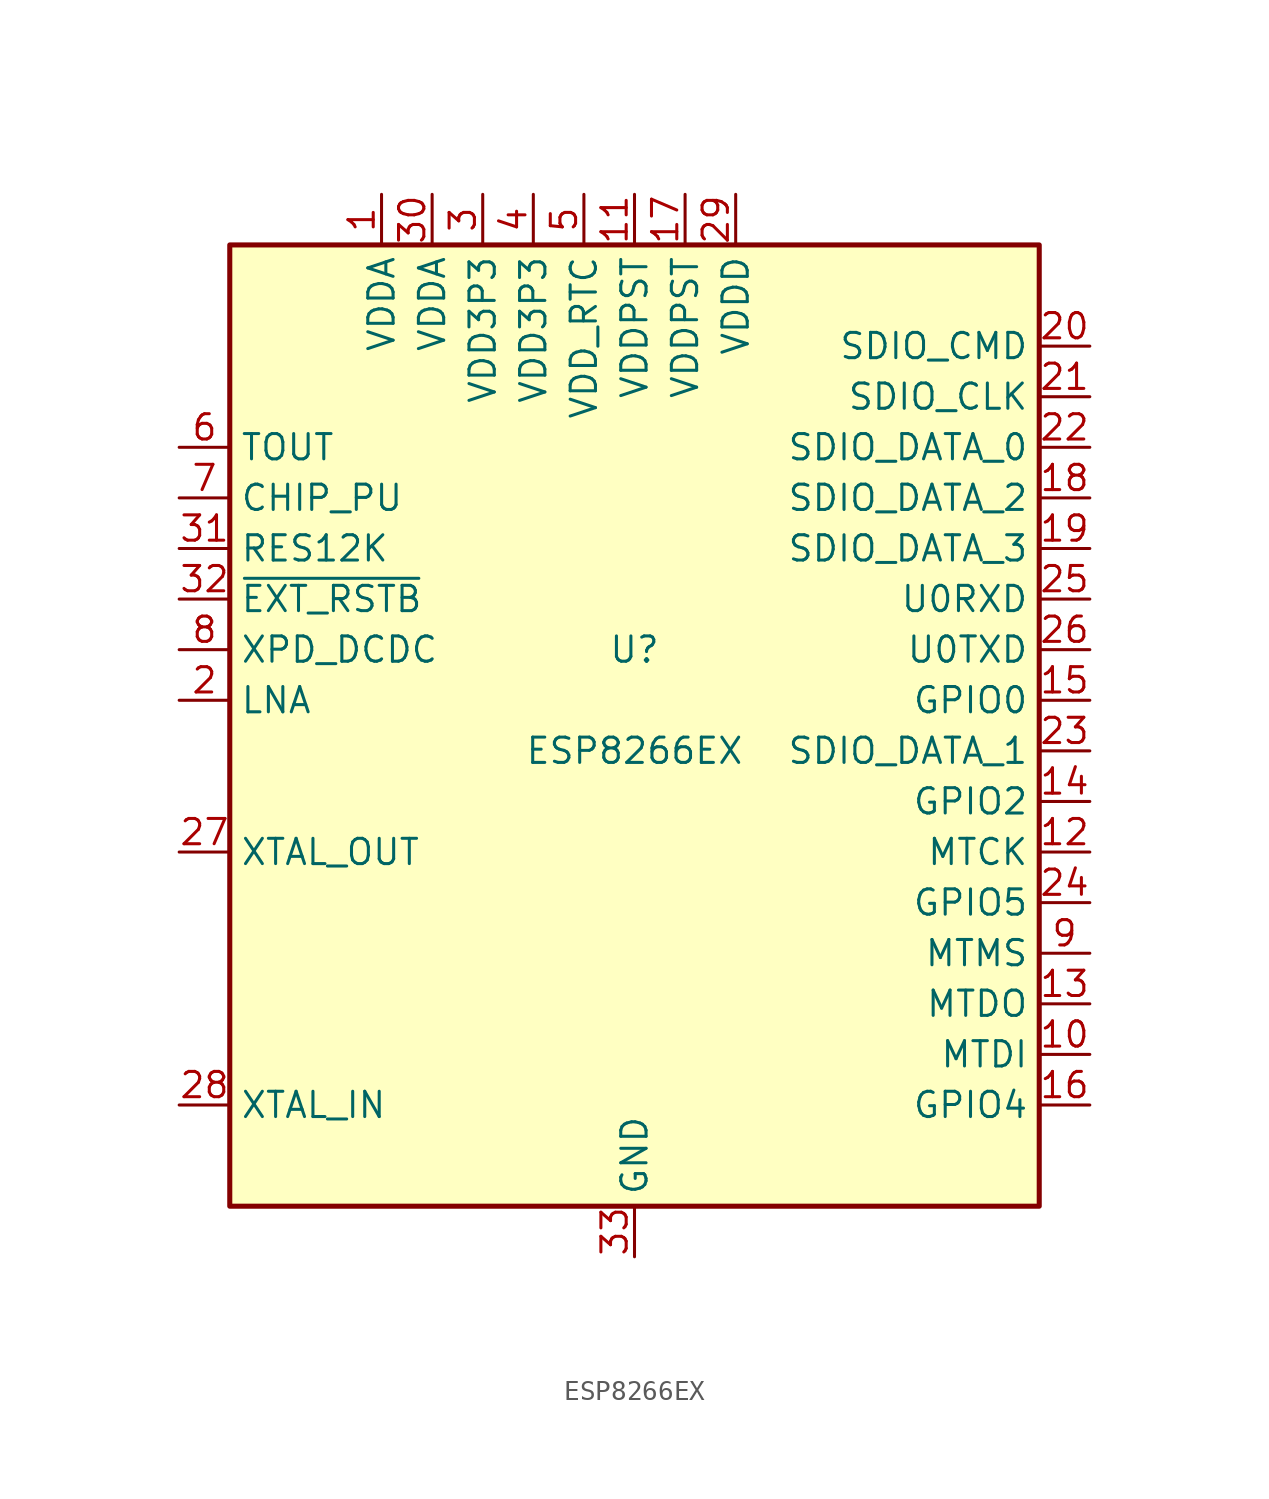
<source format=kicad_sym>
(kicad_symbol_lib
  (version 20200126)
  (host kicad_symbol_editor "(5.99.0-1949-ge2b384e54)")
  (symbol "MCU_Espressif:ESP8266EX"
    (pin_names
      (offset 0.508))
    (property "Reference" "U"
      (at 0 2.54 0)
      (effects (font (size 1.27 1.27))))
    (property "Value" "ESP8266EX"
      (at 0 -2.54 0)
      (effects (font (size 1.27 1.27))))
    (symbol "ESP8266EX_0_1"
      (rectangle (start -20.32 22.86) (end 20.32 -25.4) (stroke (width 0.254)) (fill (type background))))
    (symbol "ESP8266EX_1_1"
      (pin power_in line (at -12.7 25.4 270) (length 2.54) (name "VDDA" (effects (font (size 1.27 1.27)))) (number "1" (effects (font (size 1.27 1.27)))))
      (pin bidirectional line (at 22.86 -17.78 180) (length 2.54) (name "MTDI" (effects (font (size 1.27 1.27)))) (number "10" (effects (font (size 1.27 1.27)))))
      (pin power_in line (at 0 25.4 270) (length 2.54) (name "VDDPST" (effects (font (size 1.27 1.27)))) (number "11" (effects (font (size 1.27 1.27)))))
      (pin bidirectional line (at 22.86 -7.62 180) (length 2.54) (name "MTCK" (effects (font (size 1.27 1.27)))) (number "12" (effects (font (size 1.27 1.27)))))
      (pin bidirectional line (at 22.86 -15.24 180) (length 2.54) (name "MTDO" (effects (font (size 1.27 1.27)))) (number "13" (effects (font (size 1.27 1.27)))))
      (pin bidirectional line (at 22.86 -5.08 180) (length 2.54) (name "GPIO2" (effects (font (size 1.27 1.27)))) (number "14" (effects (font (size 1.27 1.27)))))
      (pin bidirectional line (at 22.86 0 180) (length 2.54) (name "GPIO0" (effects (font (size 1.27 1.27)))) (number "15" (effects (font (size 1.27 1.27)))))
      (pin bidirectional line (at 22.86 -20.32 180) (length 2.54) (name "GPIO4" (effects (font (size 1.27 1.27)))) (number "16" (effects (font (size 1.27 1.27)))))
      (pin power_in line (at 2.54 25.4 270) (length 2.54) (name "VDDPST" (effects (font (size 1.27 1.27)))) (number "17" (effects (font (size 1.27 1.27)))))
      (pin bidirectional line (at 22.86 10.16 180) (length 2.54) (name "SDIO_DATA_2" (effects (font (size 1.27 1.27)))) (number "18" (effects (font (size 1.27 1.27)))))
      (pin bidirectional line (at 22.86 7.62 180) (length 2.54) (name "SDIO_DATA_3" (effects (font (size 1.27 1.27)))) (number "19" (effects (font (size 1.27 1.27)))))
      (pin bidirectional line (at -22.86 0 0) (length 2.54) (name "LNA" (effects (font (size 1.27 1.27)))) (number "2" (effects (font (size 1.27 1.27)))))
      (pin bidirectional line (at 22.86 17.78 180) (length 2.54) (name "SDIO_CMD" (effects (font (size 1.27 1.27)))) (number "20" (effects (font (size 1.27 1.27)))))
      (pin bidirectional line (at 22.86 15.24 180) (length 2.54) (name "SDIO_CLK" (effects (font (size 1.27 1.27)))) (number "21" (effects (font (size 1.27 1.27)))))
      (pin bidirectional line (at 22.86 12.7 180) (length 2.54) (name "SDIO_DATA_0" (effects (font (size 1.27 1.27)))) (number "22" (effects (font (size 1.27 1.27)))))
      (pin bidirectional line (at 22.86 -2.54 180) (length 2.54) (name "SDIO_DATA_1" (effects (font (size 1.27 1.27)))) (number "23" (effects (font (size 1.27 1.27)))))
      (pin bidirectional line (at 22.86 -10.16 180) (length 2.54) (name "GPIO5" (effects (font (size 1.27 1.27)))) (number "24" (effects (font (size 1.27 1.27)))))
      (pin bidirectional line (at 22.86 5.08 180) (length 2.54) (name "U0RXD" (effects (font (size 1.27 1.27)))) (number "25" (effects (font (size 1.27 1.27)))))
      (pin bidirectional line (at 22.86 2.54 180) (length 2.54) (name "U0TXD" (effects (font (size 1.27 1.27)))) (number "26" (effects (font (size 1.27 1.27)))))
      (pin bidirectional line (at -22.86 -7.62 0) (length 2.54) (name "XTAL_OUT" (effects (font (size 1.27 1.27)))) (number "27" (effects (font (size 1.27 1.27)))))
      (pin bidirectional line (at -22.86 -20.32 0) (length 2.54) (name "XTAL_IN" (effects (font (size 1.27 1.27)))) (number "28" (effects (font (size 1.27 1.27)))))
      (pin power_in line (at 5.08 25.4 270) (length 2.54) (name "VDDD" (effects (font (size 1.27 1.27)))) (number "29" (effects (font (size 1.27 1.27)))))
      (pin power_in line (at -7.62 25.4 270) (length 2.54) (name "VDD3P3" (effects (font (size 1.27 1.27)))) (number "3" (effects (font (size 1.27 1.27)))))
      (pin power_in line (at -10.16 25.4 270) (length 2.54) (name "VDDA" (effects (font (size 1.27 1.27)))) (number "30" (effects (font (size 1.27 1.27)))))
      (pin input line (at -22.86 7.62 0) (length 2.54) (name "RES12K" (effects (font (size 1.27 1.27)))) (number "31" (effects (font (size 1.27 1.27)))))
      (pin input line (at -22.86 5.08 0) (length 2.54) (name "~EXT_RSTB~" (effects (font (size 1.27 1.27)))) (number "32" (effects (font (size 1.27 1.27)))))
      (pin power_in line (at 0 -27.94 90) (length 2.54) (name "GND" (effects (font (size 1.27 1.27)))) (number "33" (effects (font (size 1.27 1.27)))))
      (pin power_in line (at -5.08 25.4 270) (length 2.54) (name "VDD3P3" (effects (font (size 1.27 1.27)))) (number "4" (effects (font (size 1.27 1.27)))))
      (pin power_in line (at -2.54 25.4 270) (length 2.54) (name "VDD_RTC" (effects (font (size 1.27 1.27)))) (number "5" (effects (font (size 1.27 1.27)))))
      (pin input line (at -22.86 12.7 0) (length 2.54) (name "TOUT" (effects (font (size 1.27 1.27)))) (number "6" (effects (font (size 1.27 1.27)))))
      (pin input line (at -22.86 10.16 0) (length 2.54) (name "CHIP_PU" (effects (font (size 1.27 1.27)))) (number "7" (effects (font (size 1.27 1.27)))))
      (pin bidirectional line (at -22.86 2.54 0) (length 2.54) (name "XPD_DCDC" (effects (font (size 1.27 1.27)))) (number "8" (effects (font (size 1.27 1.27)))))
      (pin bidirectional line (at 22.86 -12.7 180) (length 2.54) (name "MTMS" (effects (font (size 1.27 1.27)))) (number "9" (effects (font (size 1.27 1.27))))))))
</source>
